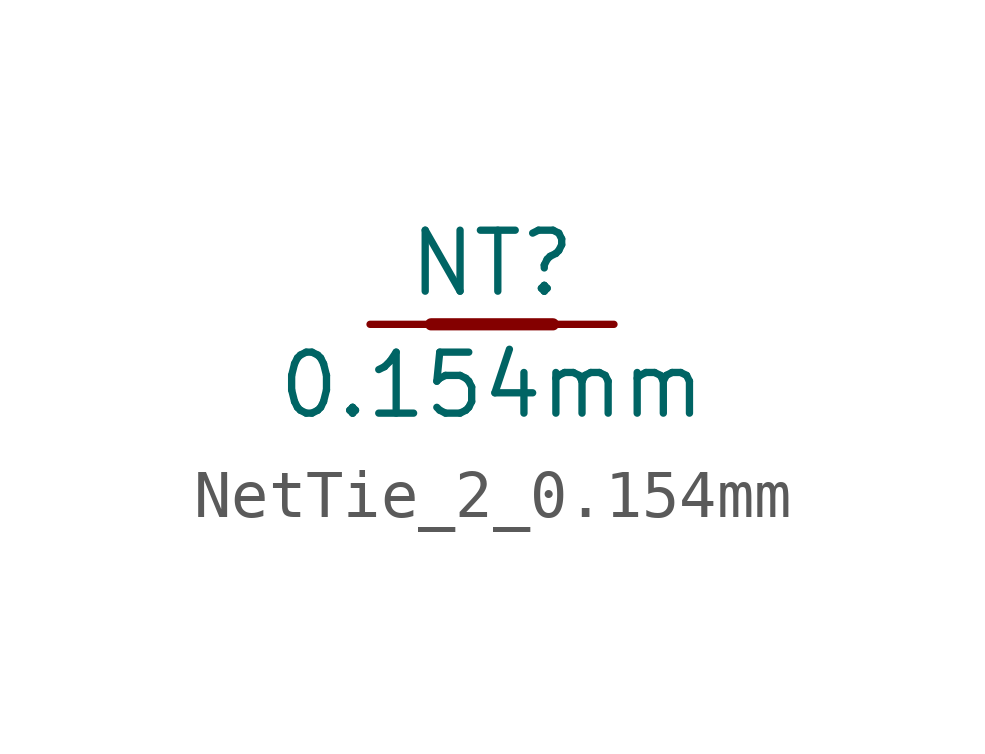
<source format=kicad_sym>
(kicad_symbol_lib
  (version 20241209)
  (generator "kicad_symbol_editor")
  (generator_version "9.0")
  (symbol "NetTie_2_0.154mm"
    (pin_numbers
      (hide yes))
    (pin_names
      (offset 0)
      (hide yes))
    (property "Reference" "NT"
      (at 0 1.27 0)
      (effects (font (size 1.27 1.27))))
    (property "Value" "0.154mm"
      (at 0 -1.27 0)
      (effects (font (size 1.27 1.27))))
    (symbol "NetTie_2_0.154mm_0_1"
      (polyline (pts (xy -1.27 0) (xy 1.27 0)) (stroke (width 0.254) (type default)) (fill (type none))))
    (symbol "NetTie_2_0.154mm_1_1"
      (pin passive line (at -2.54 0 0) (length 2.54) (name "1" (effects (font (size 1.27 1.27)))) (number "1" (effects (font (size 1.27 1.27)))))
      (pin passive line (at 2.54 0 180) (length 2.54) (name "2" (effects (font (size 1.27 1.27)))) (number "2" (effects (font (size 1.27 1.27))))))))
</source>
